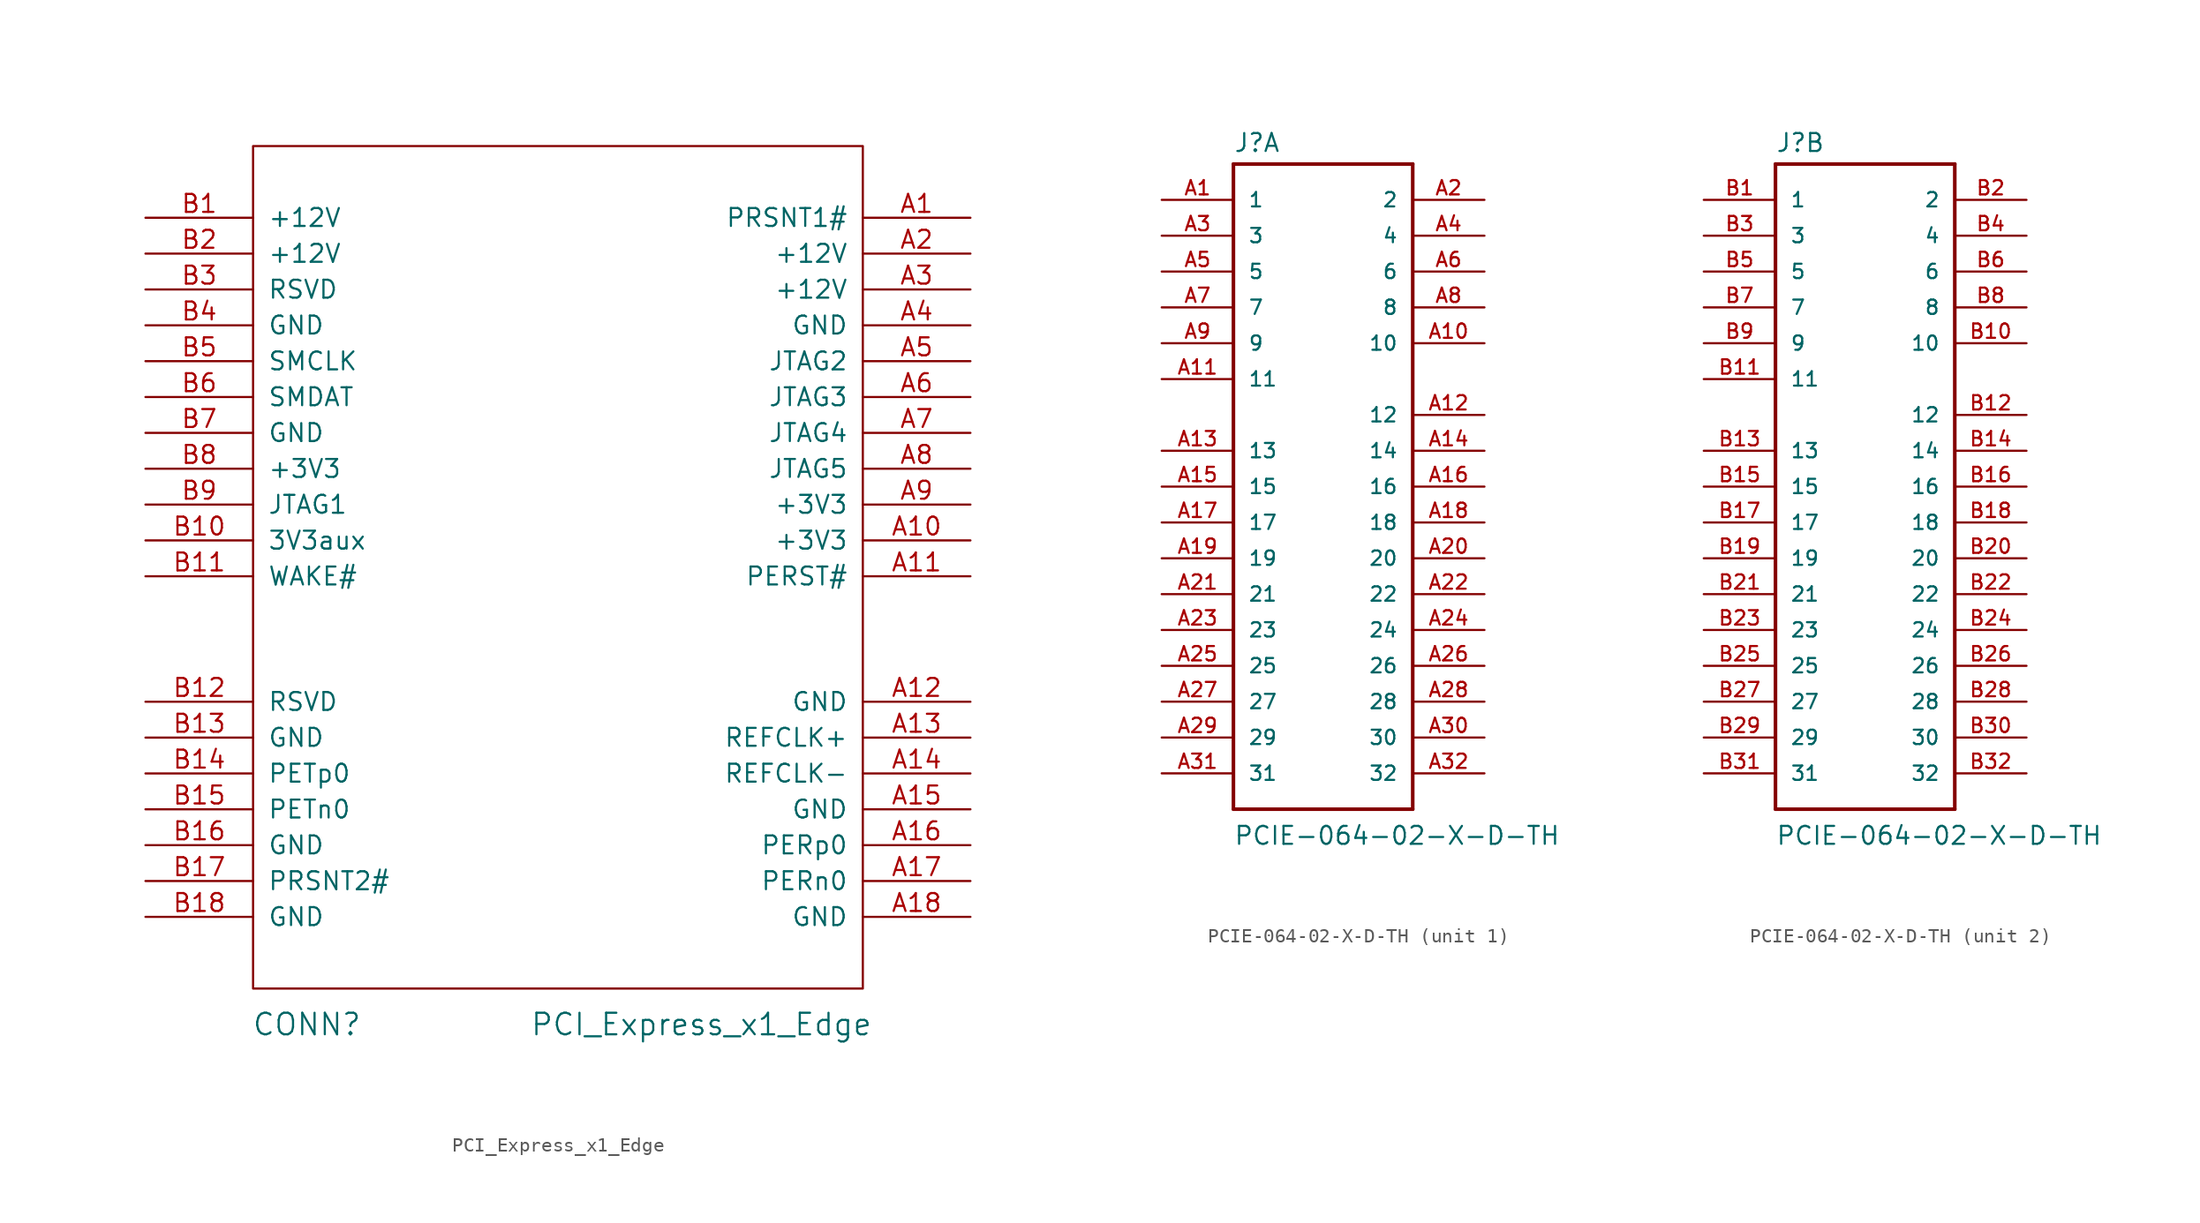
<source format=kicad_sym>
(kicad_symbol_lib
  (version 20211014)
  (generator kicad_symbol_editor)
  (symbol "PCI_Express_x1_Edge"
    (pin_names
      (offset 1.016))
    (property "Reference" "CONN"
      (at -33.02 7.62 0)
      (effects (font (size 1.524 1.524))))
    (property "Value" "PCI_Express_x1_Edge"
      (at -5.08 7.62 0)
      (effects (font (size 1.524 1.524))))
    (property "Footprint" ""
      (at 1.27 30.48 0)
      (effects (font (size 1.524 1.524))))
    (property "Datasheet" ""
      (at 1.27 30.48 0)
      (effects (font (size 1.524 1.524))))
    (symbol "PCI_Express_x1_Edge_0_1"
      (rectangle (start -36.83 69.85) (end 6.35 10.16) (stroke (width 0) (type default) (color 0 0 0 0)) (fill (type none))))
    (symbol "PCI_Express_x1_Edge_1_1"
      (pin input line (at 13.97 64.77 180) (length 7.62) (name "PRSNT1#" (effects (font (size 1.27 1.27)))) (number "A1" (effects (font (size 1.27 1.27)))))
      (pin input line (at 13.97 41.91 180) (length 7.62) (name "+3V3" (effects (font (size 1.27 1.27)))) (number "A10" (effects (font (size 1.27 1.27)))))
      (pin input line (at 13.97 39.37 180) (length 7.62) (name "PERST#" (effects (font (size 1.27 1.27)))) (number "A11" (effects (font (size 1.27 1.27)))))
      (pin input line (at 13.97 30.48 180) (length 7.62) (name "GND" (effects (font (size 1.27 1.27)))) (number "A12" (effects (font (size 1.27 1.27)))))
      (pin input line (at 13.97 27.94 180) (length 7.62) (name "REFCLK+" (effects (font (size 1.27 1.27)))) (number "A13" (effects (font (size 1.27 1.27)))))
      (pin input line (at 13.97 25.4 180) (length 7.62) (name "REFCLK-" (effects (font (size 1.27 1.27)))) (number "A14" (effects (font (size 1.27 1.27)))))
      (pin input line (at 13.97 22.86 180) (length 7.62) (name "GND" (effects (font (size 1.27 1.27)))) (number "A15" (effects (font (size 1.27 1.27)))))
      (pin input line (at 13.97 20.32 180) (length 7.62) (name "PERp0" (effects (font (size 1.27 1.27)))) (number "A16" (effects (font (size 1.27 1.27)))))
      (pin input line (at 13.97 17.78 180) (length 7.62) (name "PERn0" (effects (font (size 1.27 1.27)))) (number "A17" (effects (font (size 1.27 1.27)))))
      (pin input line (at 13.97 15.24 180) (length 7.62) (name "GND" (effects (font (size 1.27 1.27)))) (number "A18" (effects (font (size 1.27 1.27)))))
      (pin input line (at 13.97 62.23 180) (length 7.62) (name "+12V" (effects (font (size 1.27 1.27)))) (number "A2" (effects (font (size 1.27 1.27)))))
      (pin input line (at 13.97 59.69 180) (length 7.62) (name "+12V" (effects (font (size 1.27 1.27)))) (number "A3" (effects (font (size 1.27 1.27)))))
      (pin input line (at 13.97 57.15 180) (length 7.62) (name "GND" (effects (font (size 1.27 1.27)))) (number "A4" (effects (font (size 1.27 1.27)))))
      (pin input line (at 13.97 54.61 180) (length 7.62) (name "JTAG2" (effects (font (size 1.27 1.27)))) (number "A5" (effects (font (size 1.27 1.27)))))
      (pin input line (at 13.97 52.07 180) (length 7.62) (name "JTAG3" (effects (font (size 1.27 1.27)))) (number "A6" (effects (font (size 1.27 1.27)))))
      (pin input line (at 13.97 49.53 180) (length 7.62) (name "JTAG4" (effects (font (size 1.27 1.27)))) (number "A7" (effects (font (size 1.27 1.27)))))
      (pin input line (at 13.97 46.99 180) (length 7.62) (name "JTAG5" (effects (font (size 1.27 1.27)))) (number "A8" (effects (font (size 1.27 1.27)))))
      (pin input line (at 13.97 44.45 180) (length 7.62) (name "+3V3" (effects (font (size 1.27 1.27)))) (number "A9" (effects (font (size 1.27 1.27)))))
      (pin input line (at -44.45 64.77 0) (length 7.62) (name "+12V" (effects (font (size 1.27 1.27)))) (number "B1" (effects (font (size 1.27 1.27)))))
      (pin input line (at -44.45 41.91 0) (length 7.62) (name "3V3aux" (effects (font (size 1.27 1.27)))) (number "B10" (effects (font (size 1.27 1.27)))))
      (pin input line (at -44.45 39.37 0) (length 7.62) (name "WAKE#" (effects (font (size 1.27 1.27)))) (number "B11" (effects (font (size 1.27 1.27)))))
      (pin input line (at -44.45 30.48 0) (length 7.62) (name "RSVD" (effects (font (size 1.27 1.27)))) (number "B12" (effects (font (size 1.27 1.27)))))
      (pin input line (at -44.45 27.94 0) (length 7.62) (name "GND" (effects (font (size 1.27 1.27)))) (number "B13" (effects (font (size 1.27 1.27)))))
      (pin input line (at -44.45 25.4 0) (length 7.62) (name "PETp0" (effects (font (size 1.27 1.27)))) (number "B14" (effects (font (size 1.27 1.27)))))
      (pin input line (at -44.45 22.86 0) (length 7.62) (name "PETn0" (effects (font (size 1.27 1.27)))) (number "B15" (effects (font (size 1.27 1.27)))))
      (pin input line (at -44.45 20.32 0) (length 7.62) (name "GND" (effects (font (size 1.27 1.27)))) (number "B16" (effects (font (size 1.27 1.27)))))
      (pin input line (at -44.45 17.78 0) (length 7.62) (name "PRSNT2#" (effects (font (size 1.27 1.27)))) (number "B17" (effects (font (size 1.27 1.27)))))
      (pin input line (at -44.45 15.24 0) (length 7.62) (name "GND" (effects (font (size 1.27 1.27)))) (number "B18" (effects (font (size 1.27 1.27)))))
      (pin input line (at -44.45 62.23 0) (length 7.62) (name "+12V" (effects (font (size 1.27 1.27)))) (number "B2" (effects (font (size 1.27 1.27)))))
      (pin input line (at -44.45 59.69 0) (length 7.62) (name "RSVD" (effects (font (size 1.27 1.27)))) (number "B3" (effects (font (size 1.27 1.27)))))
      (pin input line (at -44.45 57.15 0) (length 7.62) (name "GND" (effects (font (size 1.27 1.27)))) (number "B4" (effects (font (size 1.27 1.27)))))
      (pin input line (at -44.45 54.61 0) (length 7.62) (name "SMCLK" (effects (font (size 1.27 1.27)))) (number "B5" (effects (font (size 1.27 1.27)))))
      (pin input line (at -44.45 52.07 0) (length 7.62) (name "SMDAT" (effects (font (size 1.27 1.27)))) (number "B6" (effects (font (size 1.27 1.27)))))
      (pin input line (at -44.45 49.53 0) (length 7.62) (name "GND" (effects (font (size 1.27 1.27)))) (number "B7" (effects (font (size 1.27 1.27)))))
      (pin input line (at -44.45 46.99 0) (length 7.62) (name "+3V3" (effects (font (size 1.27 1.27)))) (number "B8" (effects (font (size 1.27 1.27)))))
      (pin input line (at -44.45 44.45 0) (length 7.62) (name "JTAG1" (effects (font (size 1.27 1.27)))) (number "B9" (effects (font (size 1.27 1.27)))))))
  (symbol "PCIE-064-02-X-D-TH"
    (pin_names
      (offset 1.016))
    (property "Reference" "J"
      (at 5.08 3.302 0)
      (effects (font (size 1.27 1.27)) (justify left bottom)))
    (property "Value" "PCIE-064-02-X-D-TH"
      (at 5.08 -45.796 0)
      (effects (font (size 1.27 1.27)) (justify left bottom)))
    (property "ki_locked" ""
      (at 0 0 0)
      (effects (font (size 1.27 1.27))))
    (symbol "PCIE-064-02-X-D-TH_1_0"
      (polyline (pts (xy 5.08 -43.18) (xy 5.08 2.54)) (stroke (width 0.254) (type default) (color 0 0 0 0)) (fill (type none)))
      (polyline (pts (xy 5.08 2.54) (xy 17.78 2.54)) (stroke (width 0.254) (type default) (color 0 0 0 0)) (fill (type none)))
      (polyline (pts (xy 17.78 -43.18) (xy 5.08 -43.18)) (stroke (width 0.254) (type default) (color 0 0 0 0)) (fill (type none)))
      (polyline (pts (xy 17.78 2.54) (xy 17.78 -43.18)) (stroke (width 0.254) (type default) (color 0 0 0 0)) (fill (type none)))
      (pin bidirectional line (at 0 0 0) (length 5.08) (name "1" (effects (font (size 1.016 1.016)))) (number "A1" (effects (font (size 1.016 1.016)))))
      (pin bidirectional line (at 22.86 -10.16 180) (length 5.08) (name "10" (effects (font (size 1.016 1.016)))) (number "A10" (effects (font (size 1.016 1.016)))))
      (pin bidirectional line (at 0 -12.7 0) (length 5.08) (name "11" (effects (font (size 1.016 1.016)))) (number "A11" (effects (font (size 1.016 1.016)))))
      (pin bidirectional line (at 22.86 -15.24 180) (length 5.08) (name "12" (effects (font (size 1.016 1.016)))) (number "A12" (effects (font (size 1.016 1.016)))))
      (pin bidirectional line (at 0 -17.78 0) (length 5.08) (name "13" (effects (font (size 1.016 1.016)))) (number "A13" (effects (font (size 1.016 1.016)))))
      (pin bidirectional line (at 22.86 -17.78 180) (length 5.08) (name "14" (effects (font (size 1.016 1.016)))) (number "A14" (effects (font (size 1.016 1.016)))))
      (pin bidirectional line (at 0 -20.32 0) (length 5.08) (name "15" (effects (font (size 1.016 1.016)))) (number "A15" (effects (font (size 1.016 1.016)))))
      (pin bidirectional line (at 22.86 -20.32 180) (length 5.08) (name "16" (effects (font (size 1.016 1.016)))) (number "A16" (effects (font (size 1.016 1.016)))))
      (pin bidirectional line (at 0 -22.86 0) (length 5.08) (name "17" (effects (font (size 1.016 1.016)))) (number "A17" (effects (font (size 1.016 1.016)))))
      (pin bidirectional line (at 22.86 -22.86 180) (length 5.08) (name "18" (effects (font (size 1.016 1.016)))) (number "A18" (effects (font (size 1.016 1.016)))))
      (pin bidirectional line (at 0 -25.4 0) (length 5.08) (name "19" (effects (font (size 1.016 1.016)))) (number "A19" (effects (font (size 1.016 1.016)))))
      (pin bidirectional line (at 22.86 0 180) (length 5.08) (name "2" (effects (font (size 1.016 1.016)))) (number "A2" (effects (font (size 1.016 1.016)))))
      (pin bidirectional line (at 22.86 -25.4 180) (length 5.08) (name "20" (effects (font (size 1.016 1.016)))) (number "A20" (effects (font (size 1.016 1.016)))))
      (pin bidirectional line (at 0 -27.94 0) (length 5.08) (name "21" (effects (font (size 1.016 1.016)))) (number "A21" (effects (font (size 1.016 1.016)))))
      (pin bidirectional line (at 22.86 -27.94 180) (length 5.08) (name "22" (effects (font (size 1.016 1.016)))) (number "A22" (effects (font (size 1.016 1.016)))))
      (pin bidirectional line (at 0 -30.48 0) (length 5.08) (name "23" (effects (font (size 1.016 1.016)))) (number "A23" (effects (font (size 1.016 1.016)))))
      (pin bidirectional line (at 22.86 -30.48 180) (length 5.08) (name "24" (effects (font (size 1.016 1.016)))) (number "A24" (effects (font (size 1.016 1.016)))))
      (pin bidirectional line (at 0 -33.02 0) (length 5.08) (name "25" (effects (font (size 1.016 1.016)))) (number "A25" (effects (font (size 1.016 1.016)))))
      (pin bidirectional line (at 22.86 -33.02 180) (length 5.08) (name "26" (effects (font (size 1.016 1.016)))) (number "A26" (effects (font (size 1.016 1.016)))))
      (pin bidirectional line (at 0 -35.56 0) (length 5.08) (name "27" (effects (font (size 1.016 1.016)))) (number "A27" (effects (font (size 1.016 1.016)))))
      (pin bidirectional line (at 22.86 -35.56 180) (length 5.08) (name "28" (effects (font (size 1.016 1.016)))) (number "A28" (effects (font (size 1.016 1.016)))))
      (pin bidirectional line (at 0 -38.1 0) (length 5.08) (name "29" (effects (font (size 1.016 1.016)))) (number "A29" (effects (font (size 1.016 1.016)))))
      (pin bidirectional line (at 0 -2.54 0) (length 5.08) (name "3" (effects (font (size 1.016 1.016)))) (number "A3" (effects (font (size 1.016 1.016)))))
      (pin bidirectional line (at 22.86 -38.1 180) (length 5.08) (name "30" (effects (font (size 1.016 1.016)))) (number "A30" (effects (font (size 1.016 1.016)))))
      (pin bidirectional line (at 0 -40.64 0) (length 5.08) (name "31" (effects (font (size 1.016 1.016)))) (number "A31" (effects (font (size 1.016 1.016)))))
      (pin bidirectional line (at 22.86 -40.64 180) (length 5.08) (name "32" (effects (font (size 1.016 1.016)))) (number "A32" (effects (font (size 1.016 1.016)))))
      (pin bidirectional line (at 22.86 -2.54 180) (length 5.08) (name "4" (effects (font (size 1.016 1.016)))) (number "A4" (effects (font (size 1.016 1.016)))))
      (pin bidirectional line (at 0 -5.08 0) (length 5.08) (name "5" (effects (font (size 1.016 1.016)))) (number "A5" (effects (font (size 1.016 1.016)))))
      (pin bidirectional line (at 22.86 -5.08 180) (length 5.08) (name "6" (effects (font (size 1.016 1.016)))) (number "A6" (effects (font (size 1.016 1.016)))))
      (pin bidirectional line (at 0 -7.62 0) (length 5.08) (name "7" (effects (font (size 1.016 1.016)))) (number "A7" (effects (font (size 1.016 1.016)))))
      (pin bidirectional line (at 22.86 -7.62 180) (length 5.08) (name "8" (effects (font (size 1.016 1.016)))) (number "A8" (effects (font (size 1.016 1.016)))))
      (pin bidirectional line (at 0 -10.16 0) (length 5.08) (name "9" (effects (font (size 1.016 1.016)))) (number "A9" (effects (font (size 1.016 1.016))))))
    (symbol "PCIE-064-02-X-D-TH_2_0"
      (polyline (pts (xy 5.08 -43.18) (xy 5.08 2.54)) (stroke (width 0.254) (type default) (color 0 0 0 0)) (fill (type none)))
      (polyline (pts (xy 5.08 2.54) (xy 17.78 2.54)) (stroke (width 0.254) (type default) (color 0 0 0 0)) (fill (type none)))
      (polyline (pts (xy 17.78 -43.18) (xy 5.08 -43.18)) (stroke (width 0.254) (type default) (color 0 0 0 0)) (fill (type none)))
      (polyline (pts (xy 17.78 2.54) (xy 17.78 -43.18)) (stroke (width 0.254) (type default) (color 0 0 0 0)) (fill (type none)))
      (pin bidirectional line (at 0 0 0) (length 5.08) (name "1" (effects (font (size 1.016 1.016)))) (number "B1" (effects (font (size 1.016 1.016)))))
      (pin bidirectional line (at 22.86 -10.16 180) (length 5.08) (name "10" (effects (font (size 1.016 1.016)))) (number "B10" (effects (font (size 1.016 1.016)))))
      (pin bidirectional line (at 0 -12.7 0) (length 5.08) (name "11" (effects (font (size 1.016 1.016)))) (number "B11" (effects (font (size 1.016 1.016)))))
      (pin bidirectional line (at 22.86 -15.24 180) (length 5.08) (name "12" (effects (font (size 1.016 1.016)))) (number "B12" (effects (font (size 1.016 1.016)))))
      (pin bidirectional line (at 0 -17.78 0) (length 5.08) (name "13" (effects (font (size 1.016 1.016)))) (number "B13" (effects (font (size 1.016 1.016)))))
      (pin bidirectional line (at 22.86 -17.78 180) (length 5.08) (name "14" (effects (font (size 1.016 1.016)))) (number "B14" (effects (font (size 1.016 1.016)))))
      (pin bidirectional line (at 0 -20.32 0) (length 5.08) (name "15" (effects (font (size 1.016 1.016)))) (number "B15" (effects (font (size 1.016 1.016)))))
      (pin bidirectional line (at 22.86 -20.32 180) (length 5.08) (name "16" (effects (font (size 1.016 1.016)))) (number "B16" (effects (font (size 1.016 1.016)))))
      (pin bidirectional line (at 0 -22.86 0) (length 5.08) (name "17" (effects (font (size 1.016 1.016)))) (number "B17" (effects (font (size 1.016 1.016)))))
      (pin bidirectional line (at 22.86 -22.86 180) (length 5.08) (name "18" (effects (font (size 1.016 1.016)))) (number "B18" (effects (font (size 1.016 1.016)))))
      (pin bidirectional line (at 0 -25.4 0) (length 5.08) (name "19" (effects (font (size 1.016 1.016)))) (number "B19" (effects (font (size 1.016 1.016)))))
      (pin bidirectional line (at 22.86 0 180) (length 5.08) (name "2" (effects (font (size 1.016 1.016)))) (number "B2" (effects (font (size 1.016 1.016)))))
      (pin bidirectional line (at 22.86 -25.4 180) (length 5.08) (name "20" (effects (font (size 1.016 1.016)))) (number "B20" (effects (font (size 1.016 1.016)))))
      (pin bidirectional line (at 0 -27.94 0) (length 5.08) (name "21" (effects (font (size 1.016 1.016)))) (number "B21" (effects (font (size 1.016 1.016)))))
      (pin bidirectional line (at 22.86 -27.94 180) (length 5.08) (name "22" (effects (font (size 1.016 1.016)))) (number "B22" (effects (font (size 1.016 1.016)))))
      (pin bidirectional line (at 0 -30.48 0) (length 5.08) (name "23" (effects (font (size 1.016 1.016)))) (number "B23" (effects (font (size 1.016 1.016)))))
      (pin bidirectional line (at 22.86 -30.48 180) (length 5.08) (name "24" (effects (font (size 1.016 1.016)))) (number "B24" (effects (font (size 1.016 1.016)))))
      (pin bidirectional line (at 0 -33.02 0) (length 5.08) (name "25" (effects (font (size 1.016 1.016)))) (number "B25" (effects (font (size 1.016 1.016)))))
      (pin bidirectional line (at 22.86 -33.02 180) (length 5.08) (name "26" (effects (font (size 1.016 1.016)))) (number "B26" (effects (font (size 1.016 1.016)))))
      (pin bidirectional line (at 0 -35.56 0) (length 5.08) (name "27" (effects (font (size 1.016 1.016)))) (number "B27" (effects (font (size 1.016 1.016)))))
      (pin bidirectional line (at 22.86 -35.56 180) (length 5.08) (name "28" (effects (font (size 1.016 1.016)))) (number "B28" (effects (font (size 1.016 1.016)))))
      (pin bidirectional line (at 0 -38.1 0) (length 5.08) (name "29" (effects (font (size 1.016 1.016)))) (number "B29" (effects (font (size 1.016 1.016)))))
      (pin bidirectional line (at 0 -2.54 0) (length 5.08) (name "3" (effects (font (size 1.016 1.016)))) (number "B3" (effects (font (size 1.016 1.016)))))
      (pin bidirectional line (at 22.86 -38.1 180) (length 5.08) (name "30" (effects (font (size 1.016 1.016)))) (number "B30" (effects (font (size 1.016 1.016)))))
      (pin bidirectional line (at 0 -40.64 0) (length 5.08) (name "31" (effects (font (size 1.016 1.016)))) (number "B31" (effects (font (size 1.016 1.016)))))
      (pin bidirectional line (at 22.86 -40.64 180) (length 5.08) (name "32" (effects (font (size 1.016 1.016)))) (number "B32" (effects (font (size 1.016 1.016)))))
      (pin bidirectional line (at 22.86 -2.54 180) (length 5.08) (name "4" (effects (font (size 1.016 1.016)))) (number "B4" (effects (font (size 1.016 1.016)))))
      (pin bidirectional line (at 0 -5.08 0) (length 5.08) (name "5" (effects (font (size 1.016 1.016)))) (number "B5" (effects (font (size 1.016 1.016)))))
      (pin bidirectional line (at 22.86 -5.08 180) (length 5.08) (name "6" (effects (font (size 1.016 1.016)))) (number "B6" (effects (font (size 1.016 1.016)))))
      (pin bidirectional line (at 0 -7.62 0) (length 5.08) (name "7" (effects (font (size 1.016 1.016)))) (number "B7" (effects (font (size 1.016 1.016)))))
      (pin bidirectional line (at 22.86 -7.62 180) (length 5.08) (name "8" (effects (font (size 1.016 1.016)))) (number "B8" (effects (font (size 1.016 1.016)))))
      (pin bidirectional line (at 0 -10.16 0) (length 5.08) (name "9" (effects (font (size 1.016 1.016)))) (number "B9" (effects (font (size 1.016 1.016))))))))
</source>
